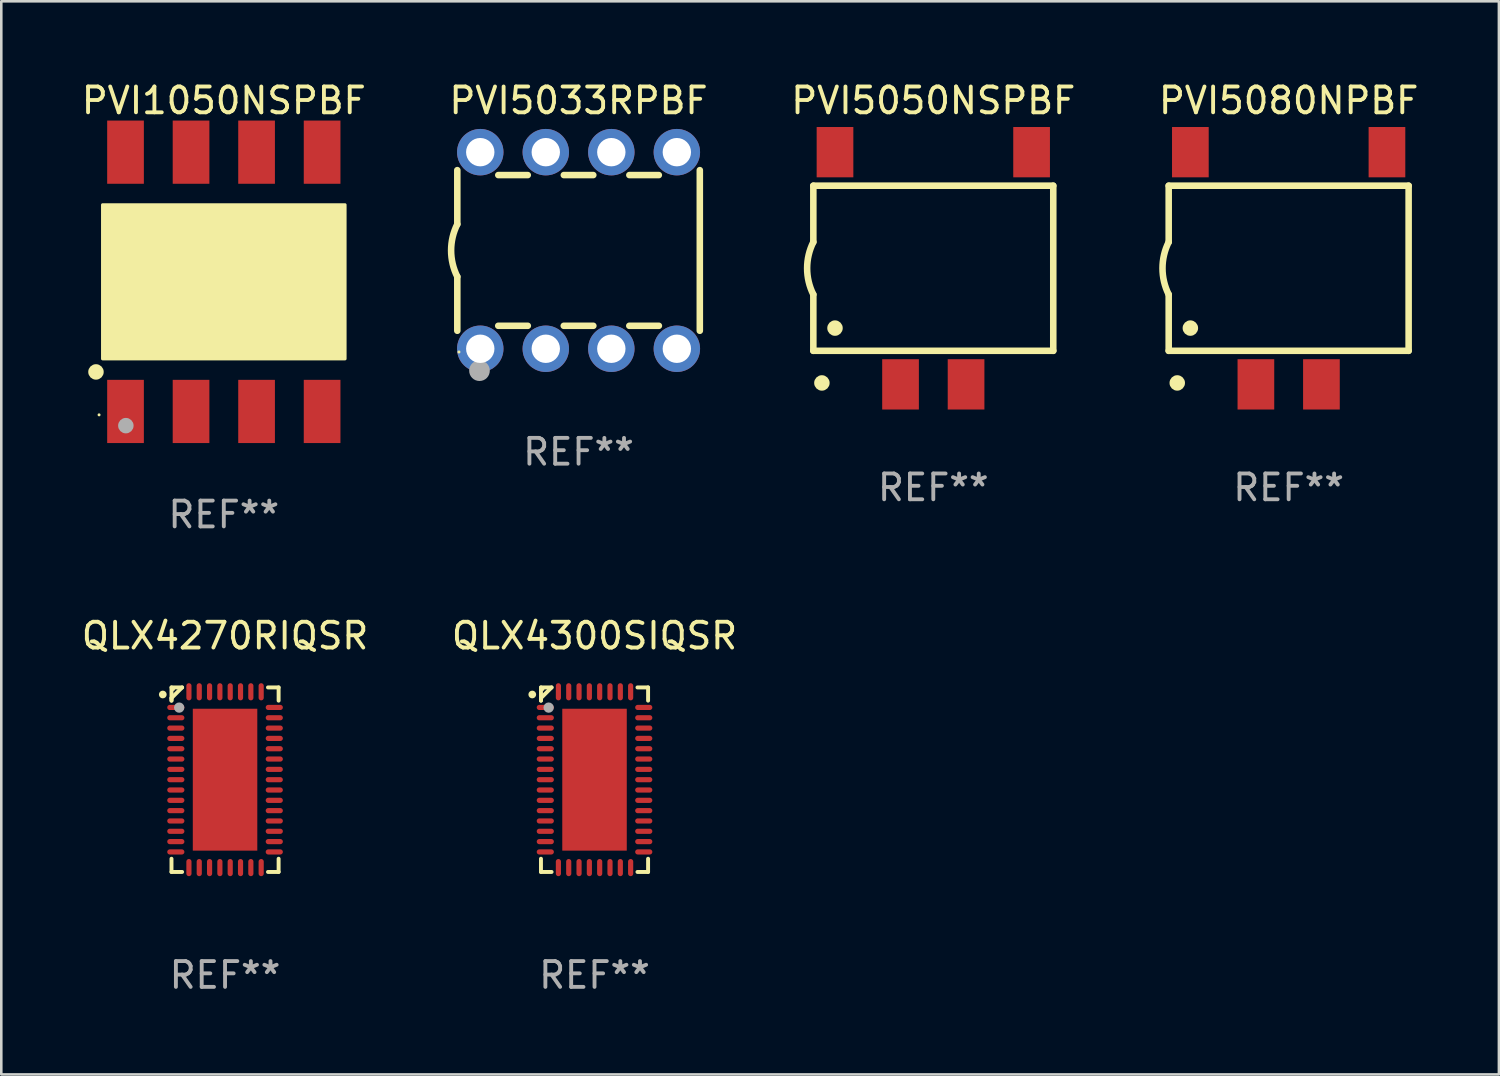
<source format=kicad_pcb>
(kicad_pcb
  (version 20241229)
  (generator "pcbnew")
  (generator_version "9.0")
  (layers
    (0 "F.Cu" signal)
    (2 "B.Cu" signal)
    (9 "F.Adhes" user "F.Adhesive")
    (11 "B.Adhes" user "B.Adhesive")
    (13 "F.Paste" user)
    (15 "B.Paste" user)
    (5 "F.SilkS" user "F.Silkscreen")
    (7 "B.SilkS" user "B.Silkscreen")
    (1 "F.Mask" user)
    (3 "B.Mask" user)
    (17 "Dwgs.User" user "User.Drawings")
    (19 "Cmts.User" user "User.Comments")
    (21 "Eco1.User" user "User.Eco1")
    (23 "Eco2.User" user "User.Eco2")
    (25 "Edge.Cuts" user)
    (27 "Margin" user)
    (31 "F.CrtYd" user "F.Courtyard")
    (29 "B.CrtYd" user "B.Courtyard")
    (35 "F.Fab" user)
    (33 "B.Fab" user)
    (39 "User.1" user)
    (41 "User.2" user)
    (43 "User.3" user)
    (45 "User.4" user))
  (footprint "PVI1050NSPBF"
    (layer "F.Cu")
    (at 5.625 7.873)
    (property "Reference" "PVI1050NSPBF" (at 0 -7.025 0) (layer "F.SilkS") (effects (font (size 1 1) (thickness 0.15))))
    (attr through_hole)
    (fp_circle (center -4.955 3.493) (end -4.805 3.493) (stroke (width 0.3) (type solid)) (fill no) (layer "F.SilkS"))
    (fp_circle (center -4.835 5.157) (end -4.805 5.157) (stroke (width 0.06) (type solid)) (fill no) (layer "F.SilkS"))
    (fp_poly (pts (xy -4.699 -2.985) (xy 4.699 -2.985) (xy 4.699 2.985) (xy -4.699 2.985)) (stroke (width 0.12) (type solid)) (fill yes) (layer "F.SilkS"))
    (fp_circle (center -3.797 5.575) (end -3.647 5.575) (stroke (width 0.3) (type solid)) (fill no) (layer "F.Fab"))
    (fp_text user "REF**" (at 0 9.025 0) (layer "F.Fab") (effects (font (size 1 1) (thickness 0.15))))
    (pad "1" smd rect (at -3.81 5.025) (size 1.422 2.45) (layers "F.Cu" "F.Mask" "F.Paste"))
    (pad "2" smd rect (at -1.27 5.025) (size 1.422 2.45) (layers "F.Cu" "F.Mask" "F.Paste"))
    (pad "3" smd rect (at 1.27 5.025) (size 1.422 2.45) (layers "F.Cu" "F.Mask" "F.Paste"))
    (pad "4" smd rect (at 3.81 5.025) (size 1.422 2.45) (layers "F.Cu" "F.Mask" "F.Paste"))
    (pad "5" smd rect (at 3.81 -5.025) (size 1.422 2.45) (layers "F.Cu" "F.Mask" "F.Paste"))
    (pad "6" smd rect (at 1.27 -5.025) (size 1.422 2.45) (layers "F.Cu" "F.Mask" "F.Paste"))
    (pad "7" smd rect (at -1.27 -5.025) (size 1.422 2.45) (layers "F.Cu" "F.Mask" "F.Paste"))
    (pad "8" smd rect (at -3.81 -5.025) (size 1.422 2.45) (layers "F.Cu" "F.Mask" "F.Paste")))
  (footprint "PVI5080NPBF"
    (layer "F.Cu")
    (at 46.899 7.348)
    (property "Reference" "PVI5080NPBF" (at 0 -6.5 0) (layer "F.SilkS") (effects (font (size 1 1) (thickness 0.15))))
    (attr through_hole)
    (fp_line (start -4.65 -3.2) (end -4.65 -1.016) (stroke (width 0.254) (type solid)) (layer "F.SilkS"))
    (fp_line (start -4.65 -3.2) (end 4.65 -3.2) (stroke (width 0.254) (type solid)) (layer "F.SilkS"))
    (fp_line (start -4.65 3.2) (end -4.65 1.016) (stroke (width 0.254) (type solid)) (layer "F.SilkS"))
    (fp_line (start 4.65 -3.2) (end 4.65 3.2) (stroke (width 0.254) (type solid)) (layer "F.SilkS"))
    (fp_line (start 4.65 3.2) (end -4.65 3.2) (stroke (width 0.254) (type solid)) (layer "F.SilkS"))
    (fp_arc (start -4.650749 1.016002) (mid -4.890324 -0.000087) (end -4.650013 -1.016002) (stroke (width 0.254001) (type solid)) (layer "F.SilkS"))
    (fp_circle (center -4.318 4.445) (end -4.168 4.445) (stroke (width 0.3) (type solid)) (fill no) (layer "F.SilkS"))
    (fp_circle (center -3.81 2.319) (end -3.66 2.319) (stroke (width 0.3) (type solid)) (fill no) (layer "F.SilkS"))
    (fp_text user "REF**" (at 0 8.5 0) (layer "F.Fab") (effects (font (size 1 1) (thickness 0.15))))
    (pad "2" smd rect (at -1.27 4.5) (size 1.422 1.95) (layers "F.Cu" "F.Mask" "F.Paste"))
    (pad "3" smd rect (at 1.27 4.5) (size 1.422 1.95) (layers "F.Cu" "F.Mask" "F.Paste"))
    (pad "5" smd rect (at 3.81 -4.5) (size 1.422 1.95) (layers "F.Cu" "F.Mask" "F.Paste"))
    (pad "8" smd rect (at -3.81 -4.5) (size 1.422 1.95) (layers "F.Cu" "F.Mask" "F.Paste")))
  (footprint "QLX4270RIQSR"
    (layer "F.Cu")
    (at 5.673 27.171)
    (property "Reference" "QLX4270RIQSR" (at 0 -5.576 0) (layer "F.SilkS") (effects (font (size 1 1) (thickness 0.15))))
    (attr through_hole)
    (fp_line (start -2.076 -3.576) (end -1.664 -3.576) (stroke (width 0.152) (type solid)) (layer "F.SilkS"))
    (fp_line (start -2.076 -3.164) (end -2.076 -3.065) (stroke (width 0.152) (type solid)) (layer "F.SilkS"))
    (fp_line (start -2.076 -3.064) (end -2.076 -3.576) (stroke (width 0.152) (type solid)) (layer "F.SilkS"))
    (fp_line (start -2.076 3.064) (end -2.076 3.576) (stroke (width 0.152) (type solid)) (layer "F.SilkS"))
    (fp_line (start -2.076 3.576) (end -1.664 3.576) (stroke (width 0.152) (type solid)) (layer "F.SilkS"))
    (fp_line (start -1.664 -3.576) (end -2.076 -3.164) (stroke (width 0.152) (type solid)) (layer "F.SilkS"))
    (fp_line (start 2.076 -3.576) (end 1.664 -3.576) (stroke (width 0.152) (type solid)) (layer "F.SilkS"))
    (fp_line (start 2.076 -3.064) (end 2.076 -3.576) (stroke (width 0.152) (type solid)) (layer "F.SilkS"))
    (fp_line (start 2.076 3.064) (end 2.076 3.576) (stroke (width 0.152) (type solid)) (layer "F.SilkS"))
    (fp_line (start 2.076 3.576) (end 1.664 3.576) (stroke (width 0.152) (type solid)) (layer "F.SilkS"))
    (fp_circle (center -2.413 -3.302) (end -2.338 -3.302) (stroke (width 0.15) (type solid)) (fill no) (layer "F.SilkS"))
    (fp_circle (center -2 -3.5) (end -1.97 -3.5) (stroke (width 0.06) (type solid)) (fill no) (layer "F.SilkS"))
    (fp_circle (center -1.778 -2.794) (end -1.678 -2.794) (stroke (width 0.2) (type solid)) (fill no) (layer "F.Fab"))
    (fp_text user "REF**" (at 0 7.576 0) (layer "F.Fab") (effects (font (size 1 1) (thickness 0.15))))
    (pad "1" smd oval (at -1.908 -2.8) (size 0.665 0.2) (layers "F.Cu" "F.Mask" "F.Paste"))
    (pad "2" smd oval (at -1.908 -2.4) (size 0.665 0.2) (layers "F.Cu" "F.Mask" "F.Paste"))
    (pad "3" smd oval (at -1.908 -2) (size 0.665 0.2) (layers "F.Cu" "F.Mask" "F.Paste"))
    (pad "4" smd oval (at -1.908 -1.6) (size 0.665 0.2) (layers "F.Cu" "F.Mask" "F.Paste"))
    (pad "5" smd oval (at -1.908 -1.2) (size 0.665 0.2) (layers "F.Cu" "F.Mask" "F.Paste"))
    (pad "6" smd oval (at -1.908 -0.8) (size 0.665 0.2) (layers "F.Cu" "F.Mask" "F.Paste"))
    (pad "7" smd oval (at -1.908 -0.4) (size 0.665 0.2) (layers "F.Cu" "F.Mask" "F.Paste"))
    (pad "8" smd oval (at -1.908 0) (size 0.665 0.2) (layers "F.Cu" "F.Mask" "F.Paste"))
    (pad "9" smd oval (at -1.908 0.4) (size 0.665 0.2) (layers "F.Cu" "F.Mask" "F.Paste"))
    (pad "10" smd oval (at -1.908 0.8) (size 0.665 0.2) (layers "F.Cu" "F.Mask" "F.Paste"))
    (pad "11" smd oval (at -1.908 1.2) (size 0.665 0.2) (layers "F.Cu" "F.Mask" "F.Paste"))
    (pad "12" smd oval (at -1.908 1.6) (size 0.665 0.2) (layers "F.Cu" "F.Mask" "F.Paste"))
    (pad "13" smd oval (at -1.908 2) (size 0.665 0.2) (layers "F.Cu" "F.Mask" "F.Paste"))
    (pad "14" smd oval (at -1.908 2.4) (size 0.665 0.2) (layers "F.Cu" "F.Mask" "F.Paste"))
    (pad "15" smd oval (at -1.908 2.8) (size 0.665 0.2) (layers "F.Cu" "F.Mask" "F.Paste"))
    (pad "16" smd oval (at -1.4 3.407) (size 0.2 0.665) (layers "F.Cu" "F.Mask" "F.Paste"))
    (pad "17" smd oval (at -1 3.407) (size 0.2 0.665) (layers "F.Cu" "F.Mask" "F.Paste"))
    (pad "18" smd oval (at -0.6 3.407) (size 0.2 0.665) (layers "F.Cu" "F.Mask" "F.Paste"))
    (pad "19" smd oval (at -0.2 3.407) (size 0.2 0.665) (layers "F.Cu" "F.Mask" "F.Paste"))
    (pad "20" smd oval (at 0.2 3.407) (size 0.2 0.665) (layers "F.Cu" "F.Mask" "F.Paste"))
    (pad "21" smd oval (at 0.6 3.407) (size 0.2 0.665) (layers "F.Cu" "F.Mask" "F.Paste"))
    (pad "22" smd oval (at 1 3.407) (size 0.2 0.665) (layers "F.Cu" "F.Mask" "F.Paste"))
    (pad "23" smd oval (at 1.4 3.407) (size 0.2 0.665) (layers "F.Cu" "F.Mask" "F.Paste"))
    (pad "24" smd oval (at 1.908 2.8) (size 0.665 0.2) (layers "F.Cu" "F.Mask" "F.Paste"))
    (pad "25" smd oval (at 1.908 2.4) (size 0.665 0.2) (layers "F.Cu" "F.Mask" "F.Paste"))
    (pad "26" smd oval (at 1.908 2) (size 0.665 0.2) (layers "F.Cu" "F.Mask" "F.Paste"))
    (pad "27" smd oval (at 1.908 1.6) (size 0.665 0.2) (layers "F.Cu" "F.Mask" "F.Paste"))
    (pad "28" smd oval (at 1.908 1.2) (size 0.665 0.2) (layers "F.Cu" "F.Mask" "F.Paste"))
    (pad "29" smd oval (at 1.908 0.8) (size 0.665 0.2) (layers "F.Cu" "F.Mask" "F.Paste"))
    (pad "30" smd oval (at 1.908 0.4) (size 0.665 0.2) (layers "F.Cu" "F.Mask" "F.Paste"))
    (pad "31" smd oval (at 1.908 0) (size 0.665 0.2) (layers "F.Cu" "F.Mask" "F.Paste"))
    (pad "32" smd oval (at 1.908 -0.4) (size 0.665 0.2) (layers "F.Cu" "F.Mask" "F.Paste"))
    (pad "33" smd oval (at 1.908 -0.8) (size 0.665 0.2) (layers "F.Cu" "F.Mask" "F.Paste"))
    (pad "34" smd oval (at 1.908 -1.2) (size 0.665 0.2) (layers "F.Cu" "F.Mask" "F.Paste"))
    (pad "35" smd oval (at 1.908 -1.6) (size 0.665 0.2) (layers "F.Cu" "F.Mask" "F.Paste"))
    (pad "36" smd oval (at 1.908 -2) (size 0.665 0.2) (layers "F.Cu" "F.Mask" "F.Paste"))
    (pad "37" smd oval (at 1.908 -2.4) (size 0.665 0.2) (layers "F.Cu" "F.Mask" "F.Paste"))
    (pad "38" smd oval (at 1.908 -2.8) (size 0.665 0.2) (layers "F.Cu" "F.Mask" "F.Paste"))
    (pad "39" smd oval (at 1.4 -3.407) (size 0.2 0.665) (layers "F.Cu" "F.Mask" "F.Paste"))
    (pad "40" smd oval (at 1 -3.407) (size 0.2 0.665) (layers "F.Cu" "F.Mask" "F.Paste"))
    (pad "41" smd oval (at 0.6 -3.407) (size 0.2 0.665) (layers "F.Cu" "F.Mask" "F.Paste"))
    (pad "42" smd oval (at 0.2 -3.407) (size 0.2 0.665) (layers "F.Cu" "F.Mask" "F.Paste"))
    (pad "43" smd oval (at -0.2 -3.407) (size 0.2 0.665) (layers "F.Cu" "F.Mask" "F.Paste"))
    (pad "44" smd oval (at -0.6 -3.407) (size 0.2 0.665) (layers "F.Cu" "F.Mask" "F.Paste"))
    (pad "45" smd oval (at -1 -3.407) (size 0.2 0.665) (layers "F.Cu" "F.Mask" "F.Paste"))
    (pad "46" smd oval (at -1.4 -3.407) (size 0.2 0.665) (layers "F.Cu" "F.Mask" "F.Paste"))
    (pad "47" smd rect (at 0 0) (size 2.5 5.5) (layers "F.Cu" "F.Mask" "F.Paste")))
  (footprint "PVI5033RPBF"
    (layer "F.Cu")
    (at 19.375 6.658)
    (property "Reference" "PVI5033RPBF" (at 0 -5.81 0) (layer "F.SilkS") (effects (font (size 1 1) (thickness 0.15))))
    (attr through_hole)
    (fp_line (start -4.7 -1.017) (end -4.7 -3.113) (stroke (width 0.254) (type solid)) (layer "F.SilkS"))
    (fp_line (start -4.7 1.015) (end -4.7 3.113) (stroke (width 0.254) (type solid)) (layer "F.SilkS"))
    (fp_line (start -3.113 2.92) (end -1.967 2.92) (stroke (width 0.254) (type solid)) (layer "F.SilkS"))
    (fp_line (start -3.111 -2.922) (end -1.969 -2.922) (stroke (width 0.254) (type solid)) (layer "F.SilkS"))
    (fp_line (start -0.573 2.92) (end 0.573 2.92) (stroke (width 0.254) (type solid)) (layer "F.SilkS"))
    (fp_line (start -0.571 -2.922) (end 0.571 -2.922) (stroke (width 0.254) (type solid)) (layer "F.SilkS"))
    (fp_line (start 1.967 2.92) (end 3.113 2.92) (stroke (width 0.254) (type solid)) (layer "F.SilkS"))
    (fp_line (start 1.969 -2.922) (end 3.111 -2.922) (stroke (width 0.254) (type solid)) (layer "F.SilkS"))
    (fp_line (start 4.7 -3.113) (end 4.7 3.113) (stroke (width 0.254) (type solid)) (layer "F.SilkS"))
    (fp_arc (start -4.7 1.01524) (mid -4.939846 -0.000762) (end -4.7 -1.016764) (stroke (width 0.254001) (type solid)) (layer "F.SilkS"))
    (fp_circle (center -4.636 3.935) (end -4.606 3.935) (stroke (width 0.06) (type solid)) (fill no) (layer "F.SilkS"))
    (fp_circle (center -3.84 4.66) (end -3.64 4.66) (stroke (width 0.4) (type solid)) (fill no) (layer "F.Fab"))
    (fp_text user "REF**" (at 0 7.81 0) (layer "F.Fab") (effects (font (size 1 1) (thickness 0.15))))
    (pad "1" thru_hole circle (at -3.81 3.81) (size 1.8 1.8) (drill 1.1) (layers "*.Cu" "*.Mask"))
    (pad "2" thru_hole circle (at -1.27 3.81) (size 1.8 1.8) (drill 1.1) (layers "*.Cu" "*.Mask"))
    (pad "3" thru_hole circle (at 1.27 3.81) (size 1.8 1.8) (drill 1.1) (layers "*.Cu" "*.Mask"))
    (pad "4" thru_hole circle (at 3.81 3.81) (size 1.8 1.8) (drill 1.1) (layers "*.Cu" "*.Mask"))
    (pad "5" thru_hole circle (at 3.81 -3.81) (size 1.8 1.8) (drill 1.1) (layers "*.Cu" "*.Mask"))
    (pad "6" thru_hole circle (at 1.27 -3.81) (size 1.8 1.8) (drill 1.1) (layers "*.Cu" "*.Mask"))
    (pad "7" thru_hole circle (at -1.27 -3.81) (size 1.8 1.8) (drill 1.1) (layers "*.Cu" "*.Mask"))
    (pad "8" thru_hole circle (at -3.81 -3.81) (size 1.8 1.8) (drill 1.1) (layers "*.Cu" "*.Mask")))
  (footprint "QLX4300SIQSR"
    (layer "F.Cu")
    (at 19.994 27.171)
    (property "Reference" "QLX4300SIQSR" (at 0 -5.576 0) (layer "F.SilkS") (effects (font (size 1 1) (thickness 0.15))))
    (attr through_hole)
    (fp_line (start -2.076 -3.576) (end -1.664 -3.576) (stroke (width 0.152) (type solid)) (layer "F.SilkS"))
    (fp_line (start -2.076 -3.164) (end -2.076 -3.065) (stroke (width 0.152) (type solid)) (layer "F.SilkS"))
    (fp_line (start -2.076 -3.064) (end -2.076 -3.576) (stroke (width 0.152) (type solid)) (layer "F.SilkS"))
    (fp_line (start -2.076 3.064) (end -2.076 3.576) (stroke (width 0.152) (type solid)) (layer "F.SilkS"))
    (fp_line (start -2.076 3.576) (end -1.664 3.576) (stroke (width 0.152) (type solid)) (layer "F.SilkS"))
    (fp_line (start -1.664 -3.576) (end -2.076 -3.164) (stroke (width 0.152) (type solid)) (layer "F.SilkS"))
    (fp_line (start 2.076 -3.576) (end 1.664 -3.576) (stroke (width 0.152) (type solid)) (layer "F.SilkS"))
    (fp_line (start 2.076 -3.064) (end 2.076 -3.576) (stroke (width 0.152) (type solid)) (layer "F.SilkS"))
    (fp_line (start 2.076 3.064) (end 2.076 3.576) (stroke (width 0.152) (type solid)) (layer "F.SilkS"))
    (fp_line (start 2.076 3.576) (end 1.664 3.576) (stroke (width 0.152) (type solid)) (layer "F.SilkS"))
    (fp_circle (center -2.413 -3.302) (end -2.338 -3.302) (stroke (width 0.15) (type solid)) (fill no) (layer "F.SilkS"))
    (fp_circle (center -2 -3.5) (end -1.97 -3.5) (stroke (width 0.06) (type solid)) (fill no) (layer "F.SilkS"))
    (fp_circle (center -1.778 -2.794) (end -1.678 -2.794) (stroke (width 0.2) (type solid)) (fill no) (layer "F.Fab"))
    (fp_text user "REF**" (at 0 7.576 0) (layer "F.Fab") (effects (font (size 1 1) (thickness 0.15))))
    (pad "1" smd oval (at -1.908 -2.8) (size 0.665 0.2) (layers "F.Cu" "F.Mask" "F.Paste"))
    (pad "2" smd oval (at -1.908 -2.4) (size 0.665 0.2) (layers "F.Cu" "F.Mask" "F.Paste"))
    (pad "3" smd oval (at -1.908 -2) (size 0.665 0.2) (layers "F.Cu" "F.Mask" "F.Paste"))
    (pad "4" smd oval (at -1.908 -1.6) (size 0.665 0.2) (layers "F.Cu" "F.Mask" "F.Paste"))
    (pad "5" smd oval (at -1.908 -1.2) (size 0.665 0.2) (layers "F.Cu" "F.Mask" "F.Paste"))
    (pad "6" smd oval (at -1.908 -0.8) (size 0.665 0.2) (layers "F.Cu" "F.Mask" "F.Paste"))
    (pad "7" smd oval (at -1.908 -0.4) (size 0.665 0.2) (layers "F.Cu" "F.Mask" "F.Paste"))
    (pad "8" smd oval (at -1.908 0) (size 0.665 0.2) (layers "F.Cu" "F.Mask" "F.Paste"))
    (pad "9" smd oval (at -1.908 0.4) (size 0.665 0.2) (layers "F.Cu" "F.Mask" "F.Paste"))
    (pad "10" smd oval (at -1.908 0.8) (size 0.665 0.2) (layers "F.Cu" "F.Mask" "F.Paste"))
    (pad "11" smd oval (at -1.908 1.2) (size 0.665 0.2) (layers "F.Cu" "F.Mask" "F.Paste"))
    (pad "12" smd oval (at -1.908 1.6) (size 0.665 0.2) (layers "F.Cu" "F.Mask" "F.Paste"))
    (pad "13" smd oval (at -1.908 2) (size 0.665 0.2) (layers "F.Cu" "F.Mask" "F.Paste"))
    (pad "14" smd oval (at -1.908 2.4) (size 0.665 0.2) (layers "F.Cu" "F.Mask" "F.Paste"))
    (pad "15" smd oval (at -1.908 2.8) (size 0.665 0.2) (layers "F.Cu" "F.Mask" "F.Paste"))
    (pad "16" smd oval (at -1.4 3.407) (size 0.2 0.665) (layers "F.Cu" "F.Mask" "F.Paste"))
    (pad "17" smd oval (at -1 3.407) (size 0.2 0.665) (layers "F.Cu" "F.Mask" "F.Paste"))
    (pad "18" smd oval (at -0.6 3.407) (size 0.2 0.665) (layers "F.Cu" "F.Mask" "F.Paste"))
    (pad "19" smd oval (at -0.2 3.407) (size 0.2 0.665) (layers "F.Cu" "F.Mask" "F.Paste"))
    (pad "20" smd oval (at 0.2 3.407) (size 0.2 0.665) (layers "F.Cu" "F.Mask" "F.Paste"))
    (pad "21" smd oval (at 0.6 3.407) (size 0.2 0.665) (layers "F.Cu" "F.Mask" "F.Paste"))
    (pad "22" smd oval (at 1 3.407) (size 0.2 0.665) (layers "F.Cu" "F.Mask" "F.Paste"))
    (pad "23" smd oval (at 1.4 3.407) (size 0.2 0.665) (layers "F.Cu" "F.Mask" "F.Paste"))
    (pad "24" smd oval (at 1.908 2.8) (size 0.665 0.2) (layers "F.Cu" "F.Mask" "F.Paste"))
    (pad "25" smd oval (at 1.908 2.4) (size 0.665 0.2) (layers "F.Cu" "F.Mask" "F.Paste"))
    (pad "26" smd oval (at 1.908 2) (size 0.665 0.2) (layers "F.Cu" "F.Mask" "F.Paste"))
    (pad "27" smd oval (at 1.908 1.6) (size 0.665 0.2) (layers "F.Cu" "F.Mask" "F.Paste"))
    (pad "28" smd oval (at 1.908 1.2) (size 0.665 0.2) (layers "F.Cu" "F.Mask" "F.Paste"))
    (pad "29" smd oval (at 1.908 0.8) (size 0.665 0.2) (layers "F.Cu" "F.Mask" "F.Paste"))
    (pad "30" smd oval (at 1.908 0.4) (size 0.665 0.2) (layers "F.Cu" "F.Mask" "F.Paste"))
    (pad "31" smd oval (at 1.908 0) (size 0.665 0.2) (layers "F.Cu" "F.Mask" "F.Paste"))
    (pad "32" smd oval (at 1.908 -0.4) (size 0.665 0.2) (layers "F.Cu" "F.Mask" "F.Paste"))
    (pad "33" smd oval (at 1.908 -0.8) (size 0.665 0.2) (layers "F.Cu" "F.Mask" "F.Paste"))
    (pad "34" smd oval (at 1.908 -1.2) (size 0.665 0.2) (layers "F.Cu" "F.Mask" "F.Paste"))
    (pad "35" smd oval (at 1.908 -1.6) (size 0.665 0.2) (layers "F.Cu" "F.Mask" "F.Paste"))
    (pad "36" smd oval (at 1.908 -2) (size 0.665 0.2) (layers "F.Cu" "F.Mask" "F.Paste"))
    (pad "37" smd oval (at 1.908 -2.4) (size 0.665 0.2) (layers "F.Cu" "F.Mask" "F.Paste"))
    (pad "38" smd oval (at 1.908 -2.8) (size 0.665 0.2) (layers "F.Cu" "F.Mask" "F.Paste"))
    (pad "39" smd oval (at 1.4 -3.407) (size 0.2 0.665) (layers "F.Cu" "F.Mask" "F.Paste"))
    (pad "40" smd oval (at 1 -3.407) (size 0.2 0.665) (layers "F.Cu" "F.Mask" "F.Paste"))
    (pad "41" smd oval (at 0.6 -3.407) (size 0.2 0.665) (layers "F.Cu" "F.Mask" "F.Paste"))
    (pad "42" smd oval (at 0.2 -3.407) (size 0.2 0.665) (layers "F.Cu" "F.Mask" "F.Paste"))
    (pad "43" smd oval (at -0.2 -3.407) (size 0.2 0.665) (layers "F.Cu" "F.Mask" "F.Paste"))
    (pad "44" smd oval (at -0.6 -3.407) (size 0.2 0.665) (layers "F.Cu" "F.Mask" "F.Paste"))
    (pad "45" smd oval (at -1 -3.407) (size 0.2 0.665) (layers "F.Cu" "F.Mask" "F.Paste"))
    (pad "46" smd oval (at -1.4 -3.407) (size 0.2 0.665) (layers "F.Cu" "F.Mask" "F.Paste"))
    (pad "47" smd rect (at 0 0) (size 2.5 5.5) (layers "F.Cu" "F.Mask" "F.Paste")))
  (footprint "PVI5050NSPBF"
    (layer "F.Cu")
    (at 33.125 7.348)
    (property "Reference" "PVI5050NSPBF" (at 0 -6.5 0) (layer "F.SilkS") (effects (font (size 1 1) (thickness 0.15))))
    (attr through_hole)
    (fp_line (start -4.65 -3.2) (end -4.65 -1.016) (stroke (width 0.254) (type solid)) (layer "F.SilkS"))
    (fp_line (start -4.65 -3.2) (end 4.65 -3.2) (stroke (width 0.254) (type solid)) (layer "F.SilkS"))
    (fp_line (start -4.65 3.2) (end -4.65 1.016) (stroke (width 0.254) (type solid)) (layer "F.SilkS"))
    (fp_line (start 4.65 -3.2) (end 4.65 3.2) (stroke (width 0.254) (type solid)) (layer "F.SilkS"))
    (fp_line (start 4.65 3.2) (end -4.65 3.2) (stroke (width 0.254) (type solid)) (layer "F.SilkS"))
    (fp_arc (start -4.650749 1.016002) (mid -4.890324 -0.000087) (end -4.650013 -1.016002) (stroke (width 0.254001) (type solid)) (layer "F.SilkS"))
    (fp_circle (center -4.318 4.445) (end -4.168 4.445) (stroke (width 0.3) (type solid)) (fill no) (layer "F.SilkS"))
    (fp_circle (center -3.81 2.319) (end -3.66 2.319) (stroke (width 0.3) (type solid)) (fill no) (layer "F.SilkS"))
    (fp_text user "REF**" (at 0 8.5 0) (layer "F.Fab") (effects (font (size 1 1) (thickness 0.15))))
    (pad "2" smd rect (at -1.27 4.5) (size 1.422 1.95) (layers "F.Cu" "F.Mask" "F.Paste"))
    (pad "3" smd rect (at 1.27 4.5) (size 1.422 1.95) (layers "F.Cu" "F.Mask" "F.Paste"))
    (pad "5" smd rect (at 3.81 -4.5) (size 1.422 1.95) (layers "F.Cu" "F.Mask" "F.Paste"))
    (pad "8" smd rect (at -3.81 -4.5) (size 1.422 1.95) (layers "F.Cu" "F.Mask" "F.Paste")))
  (gr_rect
    (start -3 -3)
    (end 55.048 38.595)
    (stroke (width 0.1) (type default))
    (fill no)
    (layer "Edge.Cuts")))
</source>
